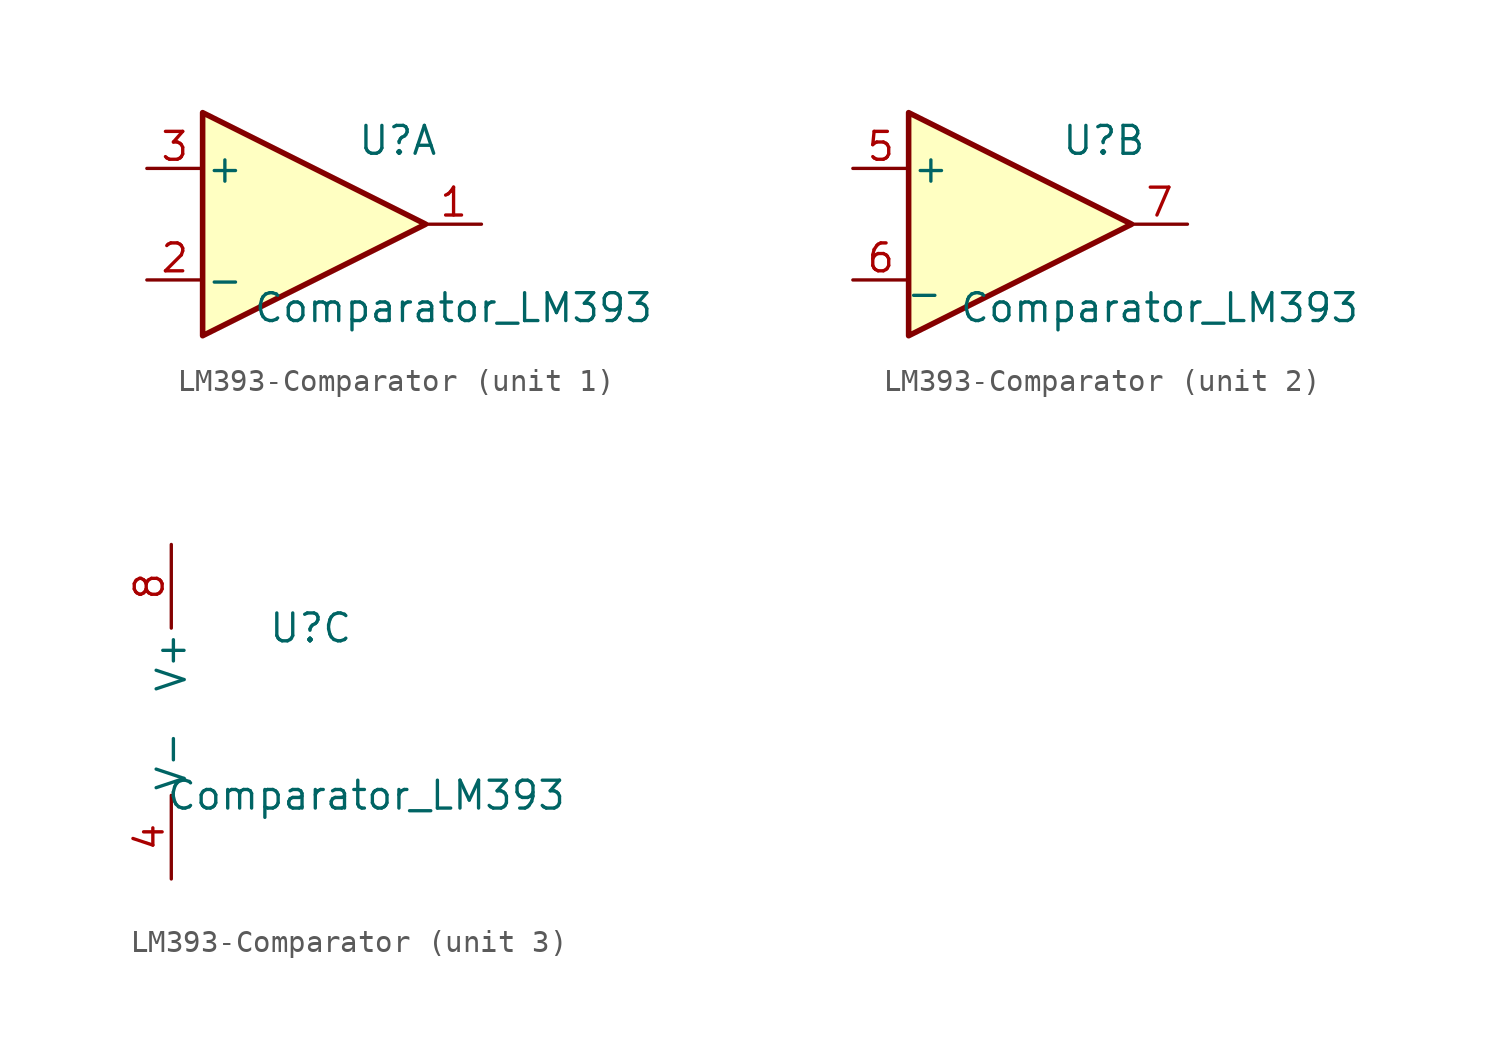
<source format=kicad_sym>
(kicad_symbol_lib
  (version 20231120)
  (generator "kicad_symbol_editor")
  (generator_version "8.0")
  (symbol "LM393-Comparator"
    (pin_names
      (offset 0.127))
    (property "Reference" "U"
      (at 3.81 3.81 0)
      (effects (font (size 1.27 1.27))))
    (property "Value" "Comparator_LM393"
      (at 6.35 -3.81 0)
      (effects (font (size 1.27 1.27))))
    (property "ki_locked" ""
      (at 0 0 0)
      (effects (font (size 1.27 1.27))))
    (symbol "LM393-Comparator_1_1"
      (polyline (pts (xy -5.08 5.08) (xy 5.08 0) (xy -5.08 -5.08) (xy -5.08 5.08)) (stroke (width 0.254) (type solid)) (fill (type background)))
      (pin open_collector line (at 7.62 0 180) (length 2.54) (name "~" (effects (font (size 1.27 1.27)))) (number "1" (effects (font (size 1.27 1.27)))))
      (pin input line (at -7.62 -2.54 0) (length 2.54) (name "-" (effects (font (size 1.27 1.27)))) (number "2" (effects (font (size 1.27 1.27)))))
      (pin input line (at -7.62 2.54 0) (length 2.54) (name "+" (effects (font (size 1.27 1.27)))) (number "3" (effects (font (size 1.27 1.27))))))
    (symbol "LM393-Comparator_2_1"
      (polyline (pts (xy -5.08 5.08) (xy 5.08 0) (xy -5.08 -5.08) (xy -5.08 5.08)) (stroke (width 0.254) (type solid)) (fill (type background)))
      (pin input line (at -7.62 2.54 0) (length 2.54) (name "+" (effects (font (size 1.27 1.27)))) (number "5" (effects (font (size 1.27 1.27)))))
      (pin input line (at -7.62 -2.54 0) (length 2.54) (name "_" (effects (font (size 1.27 1.27)))) (number "6" (effects (font (size 1.27 1.27)))))
      (pin open_collector line (at 7.62 0 180) (length 2.54) (name "~" (effects (font (size 1.27 1.27)))) (number "7" (effects (font (size 1.27 1.27))))))
    (symbol "LM393-Comparator_3_1"
      (pin power_in line (at -2.54 -7.62 90) (length 3.81) (name "V-" (effects (font (size 1.27 1.27)))) (number "4" (effects (font (size 1.27 1.27)))))
      (pin power_in line (at -2.54 7.62 270) (length 3.81) (name "V+" (effects (font (size 1.27 1.27)))) (number "8" (effects (font (size 1.27 1.27))))))))
</source>
